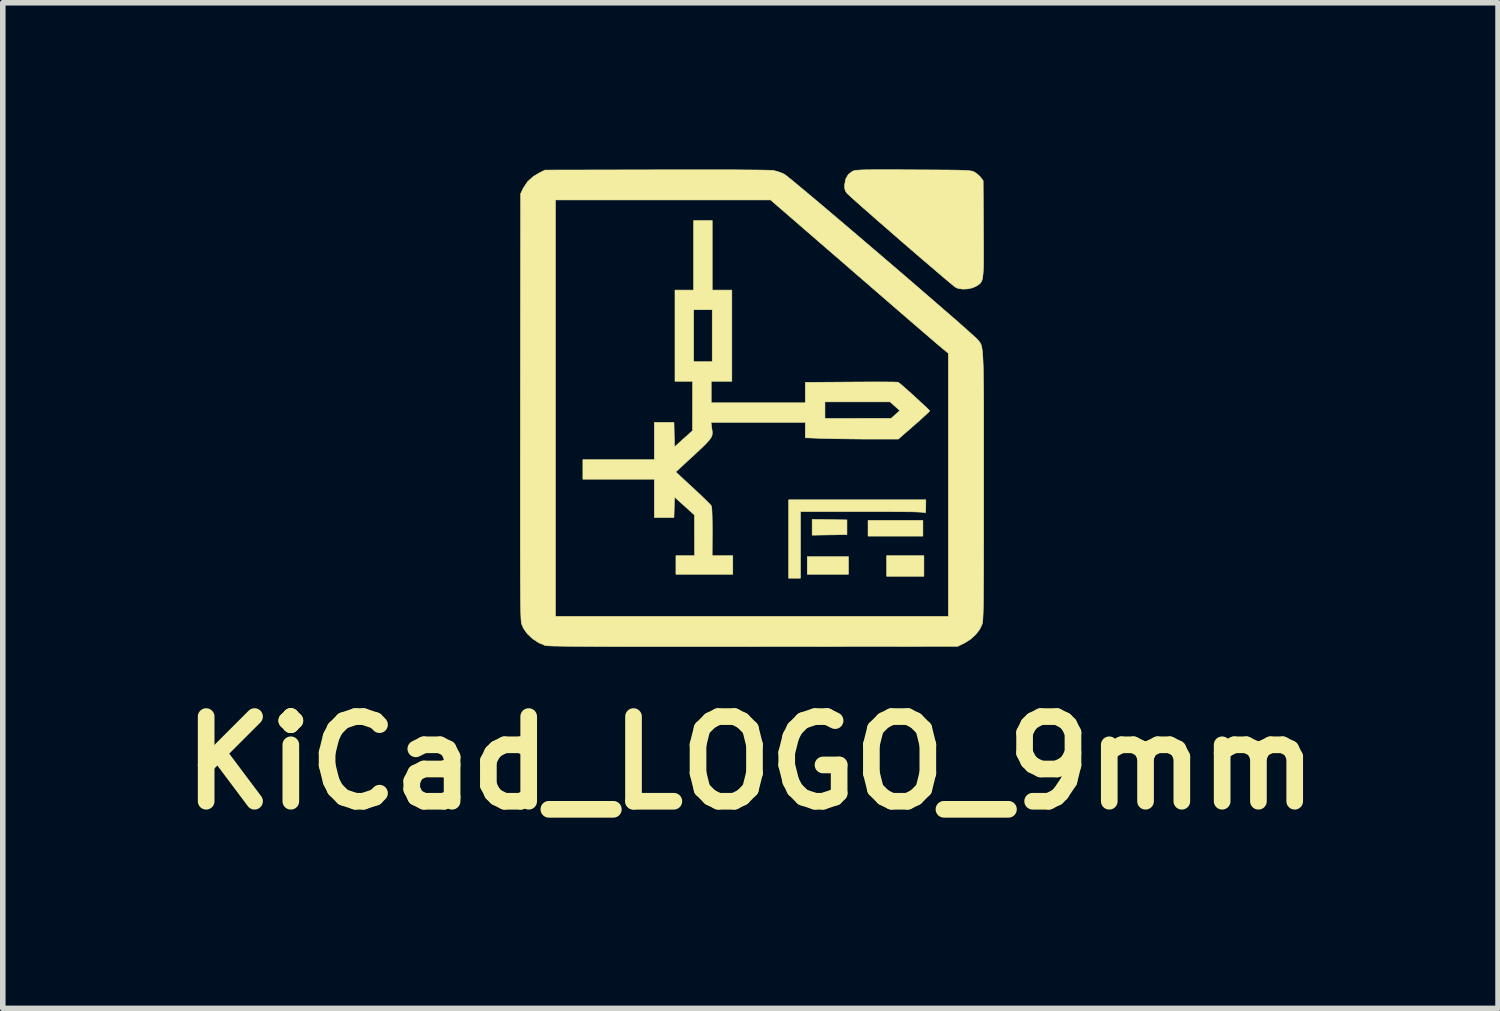
<source format=kicad_pcb>
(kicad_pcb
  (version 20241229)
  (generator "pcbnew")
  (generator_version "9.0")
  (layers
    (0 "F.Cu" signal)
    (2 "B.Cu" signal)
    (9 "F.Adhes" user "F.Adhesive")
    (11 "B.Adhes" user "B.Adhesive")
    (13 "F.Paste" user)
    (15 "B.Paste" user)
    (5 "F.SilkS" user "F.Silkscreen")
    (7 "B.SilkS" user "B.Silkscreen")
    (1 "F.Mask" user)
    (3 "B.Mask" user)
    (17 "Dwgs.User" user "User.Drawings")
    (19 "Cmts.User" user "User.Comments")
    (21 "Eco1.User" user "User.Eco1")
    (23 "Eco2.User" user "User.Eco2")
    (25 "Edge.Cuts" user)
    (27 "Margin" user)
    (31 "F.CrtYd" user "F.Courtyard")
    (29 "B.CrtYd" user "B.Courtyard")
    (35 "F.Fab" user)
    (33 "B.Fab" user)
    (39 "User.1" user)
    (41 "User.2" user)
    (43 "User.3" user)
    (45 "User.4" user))
  (footprint "KiCad_LOGO_9mm"
    (layer "F.Cu")
    (at 10.458 4.183)
    (property "Reference" "KiCad_LOGO_9mm" (at 0 6.5 0) (layer "F.SilkS") (effects (font (size 1.524 1.524) (thickness 0.3))))
    (attr through_hole)
    (fp_poly (pts (xy 1.764 3.104) (xy 1.023 3.104) (xy 1.023 2.787) (xy 1.764 2.787) (xy 1.764 3.104)) (stroke (width 0.01) (type solid)) (fill yes) (layer "F.SilkS"))
    (fp_poly (pts (xy 3.104 2.417) (xy 2.117 2.417) (xy 2.117 2.134) (xy 3.104 2.134) (xy 3.104 2.417)) (stroke (width 0.01) (type solid)) (fill yes) (layer "F.SilkS"))
    (fp_poly (pts (xy 3.122 3.14) (xy 2.452 3.14) (xy 2.452 2.769) (xy 3.122 2.769) (xy 3.122 3.14)) (stroke (width 0.01) (type solid)) (fill yes) (layer "F.SilkS"))
    (fp_poly (pts (xy 1.424 2.121) (xy 1.737 2.125) (xy 1.737 2.39) (xy 1.424 2.395) (xy 1.111 2.4) (xy 1.111 2.116) (xy 1.424 2.121)) (stroke (width 0.01) (type solid)) (fill yes) (layer "F.SilkS"))
    (fp_poly (pts (xy 3.156 1.892) (xy 3.154 1.95) (xy 3.151 1.988) (xy 3.147 1.999) (xy 3.146 1.998) (xy 3.137 1.993) (xy 3.113 1.989) (xy 3.071 1.986) (xy 3.011 1.983) (xy 2.928 1.98) (xy 2.822 1.979) (xy 2.69 1.977) (xy 2.53 1.976) (xy 2.34 1.976) (xy 2.117 1.976) (xy 2.018 1.976) (xy 0.9 1.976) (xy 0.9 3.175) (xy 0.688 3.175) (xy 0.688 1.764) (xy 3.157 1.764) (xy 3.156 1.892)) (stroke (width 0.01) (type solid)) (fill yes) (layer "F.SilkS"))
    (fp_poly (pts (xy 2.567 -4.178) (xy 2.76 -4.177) (xy 2.932 -4.176) (xy 3.149 -4.175) (xy 3.333 -4.174) (xy 3.488 -4.173) (xy 3.617 -4.172) (xy 3.721 -4.17) (xy 3.804 -4.168) (xy 3.869 -4.165) (xy 3.919 -4.162) (xy 3.956 -4.158) (xy 3.984 -4.153) (xy 4.004 -4.148) (xy 4.021 -4.141) (xy 4.027 -4.138) (xy 4.082 -4.101) (xy 4.134 -4.053) (xy 4.142 -4.043) (xy 4.189 -3.98) (xy 4.194 -3.12) (xy 4.195 -2.913) (xy 4.196 -2.738) (xy 4.196 -2.593) (xy 4.195 -2.474) (xy 4.192 -2.378) (xy 4.187 -2.303) (xy 4.18 -2.244) (xy 4.171 -2.2) (xy 4.159 -2.167) (xy 4.143 -2.142) (xy 4.124 -2.123) (xy 4.1 -2.105) (xy 4.073 -2.087) (xy 3.999 -2.053) (xy 3.911 -2.033) (xy 3.821 -2.029) (xy 3.741 -2.041) (xy 3.695 -2.06) (xy 3.669 -2.08) (xy 3.618 -2.121) (xy 3.547 -2.18) (xy 3.458 -2.255) (xy 3.354 -2.344) (xy 3.237 -2.444) (xy 3.109 -2.553) (xy 2.974 -2.669) (xy 2.834 -2.79) (xy 2.692 -2.913) (xy 2.551 -3.036) (xy 2.412 -3.157) (xy 2.279 -3.272) (xy 2.155 -3.382) (xy 2.041 -3.481) (xy 1.941 -3.57) (xy 1.858 -3.644) (xy 1.793 -3.703) (xy 1.75 -3.743) (xy 1.731 -3.762) (xy 1.707 -3.804) (xy 1.696 -3.847) (xy 1.697 -3.909) (xy 1.697 -3.917) (xy 1.718 -4.018) (xy 1.764 -4.095) (xy 1.836 -4.149) (xy 1.842 -4.152) (xy 1.858 -4.158) (xy 1.879 -4.164) (xy 1.907 -4.168) (xy 1.947 -4.171) (xy 2 -4.174) (xy 2.07 -4.176) (xy 2.158 -4.177) (xy 2.269 -4.178) (xy 2.404 -4.178) (xy 2.567 -4.178)) (stroke (width 0.01) (type solid)) (fill yes) (layer "F.SilkS"))
    (fp_poly (pts (xy -0.688 -2.011) (xy -0.335 -2.011) (xy -0.335 -0.37) (xy -0.706 -0.37) (xy -0.706 0.018) (xy 0.988 0.018) (xy 0.988 -0.35) (xy 1.812 -0.356) (xy 1.98 -0.357) (xy 2.137 -0.358) (xy 2.281 -0.358) (xy 2.406 -0.358) (xy 2.51 -0.357) (xy 2.59 -0.356) (xy 2.641 -0.354) (xy 2.66 -0.352) (xy 2.68 -0.337) (xy 2.721 -0.303) (xy 2.777 -0.254) (xy 2.844 -0.195) (xy 2.918 -0.129) (xy 2.993 -0.06) (xy 3.064 0.006) (xy 3.128 0.065) (xy 3.18 0.114) (xy 3.214 0.148) (xy 3.227 0.163) (xy 3.214 0.178) (xy 3.179 0.212) (xy 3.125 0.262) (xy 3.056 0.325) (xy 2.975 0.396) (xy 2.945 0.423) (xy 2.662 0.67) (xy 2.172 0.67) (xy 2.019 0.67) (xy 1.856 0.668) (xy 1.693 0.666) (xy 1.539 0.664) (xy 1.404 0.661) (xy 1.335 0.659) (xy 0.988 0.647) (xy 0.988 0.37) (xy -0.71 0.37) (xy -0.698 0.463) (xy -0.691 0.509) (xy -0.687 0.548) (xy -0.688 0.582) (xy -0.695 0.614) (xy -0.713 0.649) (xy -0.742 0.689) (xy -0.785 0.737) (xy -0.844 0.797) (xy -0.922 0.871) (xy -1.021 0.963) (xy -1.144 1.076) (xy -1.144 1.077) (xy -1.345 1.262) (xy -1.034 1.551) (xy -0.945 1.633) (xy -0.865 1.709) (xy -0.797 1.775) (xy -0.745 1.827) (xy -0.713 1.862) (xy -0.704 1.873) (xy -0.698 1.902) (xy -0.693 1.964) (xy -0.69 2.054) (xy -0.688 2.171) (xy -0.687 2.311) (xy -0.687 2.338) (xy -0.689 2.769) (xy -0.318 2.769) (xy -0.318 3.104) (xy -1.341 3.104) (xy -1.341 2.769) (xy -1.005 2.769) (xy -1.006 2.403) (xy -1.007 2.037) (xy -1.187 1.875) (xy -1.367 1.713) (xy -1.372 1.897) (xy -1.377 2.081) (xy -1.729 2.081) (xy -1.729 1.393) (xy -3.016 1.393) (xy -3.016 1.041) (xy -1.729 1.041) (xy -1.729 0.37) (xy -1.377 0.37) (xy -1.372 0.591) (xy -1.367 0.812) (xy -1.205 0.666) (xy -1.042 0.52) (xy -1.042 0.3) (xy 1.341 0.3) (xy 1.936 0.299) (xy 2.531 0.299) (xy 2.69 0.158) (xy 2.602 0.08) (xy 2.514 0.001) (xy 1.341 0) (xy 1.341 0.3) (xy -1.042 0.3) (xy -1.041 -0.37) (xy -1.358 -0.37) (xy -1.358 -1.658) (xy -1.023 -1.658) (xy -1.023 -0.723) (xy -0.688 -0.723) (xy -0.688 -1.658) (xy -1.023 -1.658) (xy -1.358 -1.658) (xy -1.358 -2.011) (xy -1.023 -2.011) (xy -1.023 -3.263) (xy -0.688 -3.263) (xy -0.688 -2.011)) (stroke (width 0.01) (type solid)) (fill yes) (layer "F.SilkS"))
    (fp_poly (pts (xy -0.749 -4.177) (xy -0.493 -4.177) (xy -0.267 -4.176) (xy -0.071 -4.174) (xy 0.093 -4.173) (xy 0.225 -4.171) (xy 0.324 -4.169) (xy 0.39 -4.166) (xy 0.419 -4.163) (xy 0.492 -4.144) (xy 0.571 -4.115) (xy 0.609 -4.097) (xy 0.633 -4.08) (xy 0.683 -4.041) (xy 0.755 -3.983) (xy 0.847 -3.906) (xy 0.958 -3.814) (xy 1.086 -3.707) (xy 1.229 -3.587) (xy 1.384 -3.456) (xy 1.55 -3.315) (xy 1.725 -3.167) (xy 1.906 -3.013) (xy 2.092 -2.854) (xy 2.281 -2.693) (xy 2.47 -2.531) (xy 2.658 -2.37) (xy 2.843 -2.211) (xy 3.022 -2.057) (xy 3.194 -1.908) (xy 3.357 -1.767) (xy 3.508 -1.636) (xy 3.647 -1.516) (xy 3.77 -1.408) (xy 3.875 -1.315) (xy 3.961 -1.238) (xy 4.026 -1.179) (xy 4.068 -1.14) (xy 4.082 -1.126) (xy 4.098 -1.108) (xy 4.112 -1.092) (xy 4.125 -1.076) (xy 4.137 -1.058) (xy 4.147 -1.037) (xy 4.157 -1.01) (xy 4.165 -0.977) (xy 4.171 -0.935) (xy 4.177 -0.882) (xy 4.182 -0.817) (xy 4.186 -0.738) (xy 4.19 -0.643) (xy 4.192 -0.53) (xy 4.194 -0.398) (xy 4.196 -0.244) (xy 4.197 -0.067) (xy 4.198 0.134) (xy 4.198 0.362) (xy 4.198 0.619) (xy 4.198 0.906) (xy 4.198 1.224) (xy 4.198 1.517) (xy 4.198 1.86) (xy 4.198 2.17) (xy 4.198 2.448) (xy 4.197 2.696) (xy 4.197 2.916) (xy 4.196 3.11) (xy 4.195 3.278) (xy 4.194 3.424) (xy 4.193 3.549) (xy 4.192 3.654) (xy 4.19 3.741) (xy 4.188 3.813) (xy 4.185 3.871) (xy 4.183 3.916) (xy 4.18 3.95) (xy 4.176 3.976) (xy 4.173 3.994) (xy 4.171 4) (xy 4.127 4.095) (xy 4.055 4.188) (xy 3.963 4.272) (xy 3.856 4.34) (xy 3.849 4.343) (xy 3.731 4.401) (xy 0.053 4.404) (xy -0.383 4.405) (xy -0.786 4.405) (xy -1.156 4.405) (xy -1.494 4.405) (xy -1.802 4.405) (xy -2.082 4.405) (xy -2.334 4.404) (xy -2.56 4.404) (xy -2.761 4.403) (xy -2.938 4.402) (xy -3.093 4.401) (xy -3.228 4.4) (xy -3.342 4.399) (xy -3.438 4.397) (xy -3.517 4.396) (xy -3.58 4.394) (xy -3.629 4.392) (xy -3.664 4.389) (xy -3.687 4.387) (xy -3.699 4.384) (xy -3.816 4.334) (xy -3.924 4.262) (xy -4.016 4.174) (xy -4.085 4.078) (xy -4.119 3.997) (xy -4.122 3.983) (xy -4.125 3.964) (xy -4.127 3.937) (xy -4.13 3.9) (xy -4.132 3.854) (xy -4.134 3.796) (xy -4.135 3.724) (xy -4.137 3.639) (xy -4.138 3.537) (xy -4.139 3.418) (xy -4.14 3.281) (xy -4.141 3.124) (xy -4.141 2.945) (xy -4.142 2.744) (xy -4.142 2.519) (xy -4.142 2.268) (xy -4.142 1.99) (xy -4.142 1.685) (xy -4.142 1.349) (xy -4.142 0.983) (xy -4.141 0.585) (xy -4.141 0.152) (xy -4.141 0.079) (xy -4.136 -3.634) (xy -3.51 -3.634) (xy -3.51 3.863) (xy 3.563 3.863) (xy 3.563 -0.874) (xy 3.444 -0.972) (xy 3.412 -0.999) (xy 3.355 -1.047) (xy 3.277 -1.114) (xy 3.179 -1.198) (xy 3.063 -1.298) (xy 2.932 -1.41) (xy 2.789 -1.534) (xy 2.635 -1.667) (xy 2.473 -1.807) (xy 2.305 -1.953) (xy 2.267 -1.986) (xy 2.088 -2.141) (xy 1.907 -2.297) (xy 1.728 -2.453) (xy 1.553 -2.604) (xy 1.385 -2.749) (xy 1.229 -2.884) (xy 1.087 -3.007) (xy 0.962 -3.115) (xy 0.858 -3.206) (xy 0.786 -3.268) (xy 0.363 -3.634) (xy -3.51 -3.634) (xy -4.136 -3.634) (xy -4.136 -3.748) (xy -4.087 -3.849) (xy -4.011 -3.963) (xy -3.906 -4.058) (xy -3.792 -4.125) (xy -3.695 -4.172) (xy -1.686 -4.176) (xy -1.346 -4.177) (xy -1.033 -4.177) (xy -0.749 -4.177)) (stroke (width 0.01) (type solid)) (fill yes) (layer "F.SilkS")))
  (gr_rect
    (start -3 -3)
    (end 23.915 15.101)
    (stroke (width 0.1) (type default))
    (fill no)
    (layer "Edge.Cuts")))
</source>
